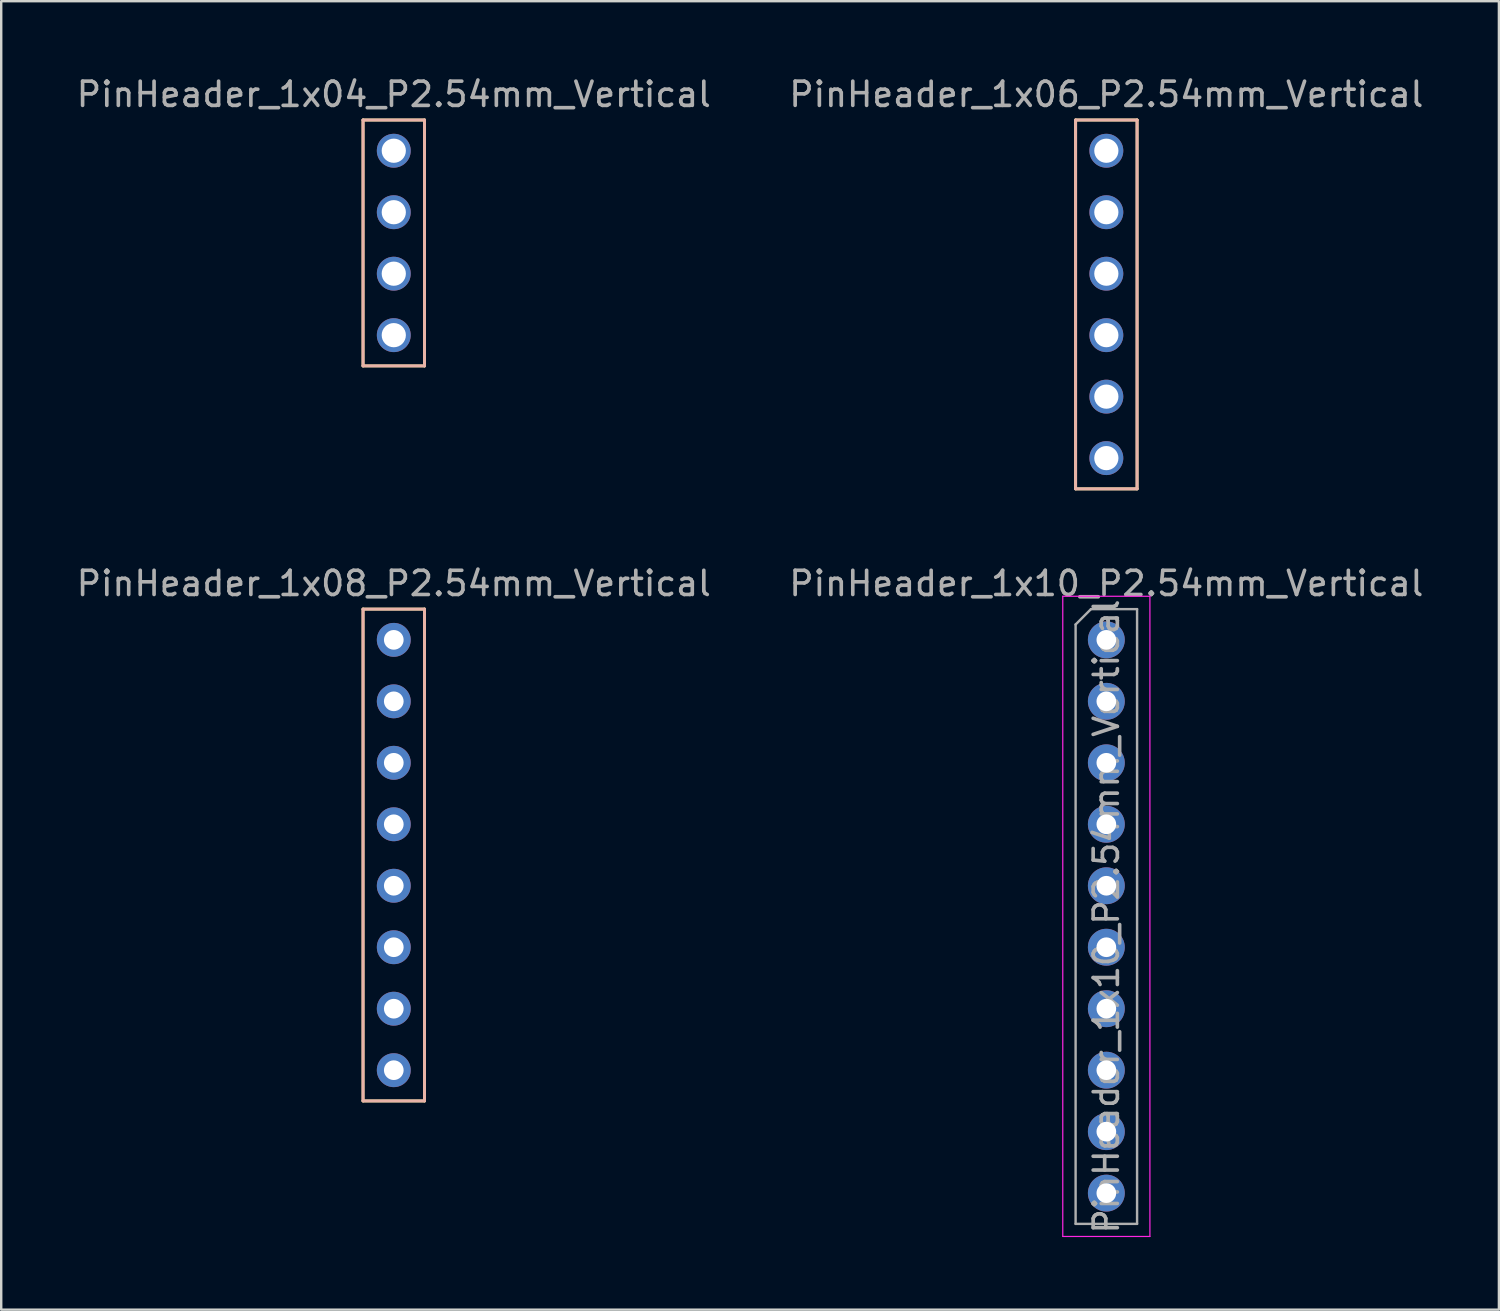
<source format=kicad_pcb>
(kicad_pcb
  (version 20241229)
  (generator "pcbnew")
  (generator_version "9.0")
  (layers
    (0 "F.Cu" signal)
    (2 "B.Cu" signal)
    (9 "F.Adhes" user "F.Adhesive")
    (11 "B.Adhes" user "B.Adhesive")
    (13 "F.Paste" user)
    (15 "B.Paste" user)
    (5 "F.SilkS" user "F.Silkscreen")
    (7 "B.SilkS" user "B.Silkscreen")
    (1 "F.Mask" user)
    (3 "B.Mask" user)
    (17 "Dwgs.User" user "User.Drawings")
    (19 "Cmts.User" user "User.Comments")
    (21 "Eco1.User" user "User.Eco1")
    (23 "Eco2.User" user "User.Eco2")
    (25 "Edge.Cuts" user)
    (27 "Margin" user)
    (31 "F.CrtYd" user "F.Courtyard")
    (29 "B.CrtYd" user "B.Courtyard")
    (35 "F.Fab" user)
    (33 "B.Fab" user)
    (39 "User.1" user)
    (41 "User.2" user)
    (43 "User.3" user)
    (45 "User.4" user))
  (footprint "PinHeader_1x08_P2.54mm_Vertical"
    (layer "F.Cu")
    (at 13.22 23.387)
    (property "Reference" "PinHeader_1x08_P2.54mm_Vertical" (at 0 -2.33 0) (layer "F.Fab") (effects (font (size 1 1) (thickness 0.15))))
    (fp_line (start -1.27 -1.27) (end -1.27 19.05) (stroke (width 0.12) (type solid)) (layer "F.SilkS"))
    (fp_line (start -1.27 19.05) (end 1.27 19.05) (stroke (width 0.12) (type solid)) (layer "F.SilkS"))
    (fp_line (start 1.27 -1.27) (end -1.27 -1.27) (stroke (width 0.12) (type solid)) (layer "F.SilkS"))
    (fp_line (start 1.27 19.05) (end 1.27 -1.27) (stroke (width 0.12) (type solid)) (layer "F.SilkS"))
    (fp_line (start -1.27 -1.27) (end -1.27 19.05) (stroke (width 0.12) (type solid)) (layer "B.SilkS"))
    (fp_line (start -1.27 19.05) (end 1.27 19.05) (stroke (width 0.12) (type solid)) (layer "B.SilkS"))
    (fp_line (start 1.27 -1.27) (end -1.27 -1.27) (stroke (width 0.12) (type solid)) (layer "B.SilkS"))
    (fp_line (start 1.27 19.05) (end 1.27 -1.27) (stroke (width 0.12) (type solid)) (layer "B.SilkS"))
    (pad "1" thru_hole circle (at 0 0) (size 1.4 1.4) (drill 0.813) (layers "*.Cu" "*.Mask"))
    (pad "2" thru_hole oval (at 0 2.54) (size 1.4 1.4) (drill 0.813) (layers "*.Cu" "*.Mask"))
    (pad "3" thru_hole oval (at 0 5.08) (size 1.4 1.4) (drill 0.813) (layers "*.Cu" "*.Mask"))
    (pad "4" thru_hole circle (at 0 7.62) (size 1.4 1.4) (drill 0.813) (layers "*.Cu" "*.Mask"))
    (pad "5" thru_hole oval (at 0 10.16) (size 1.4 1.4) (drill 0.813) (layers "*.Cu" "*.Mask"))
    (pad "6" thru_hole oval (at 0 12.7) (size 1.4 1.4) (drill 0.813) (layers "*.Cu" "*.Mask"))
    (pad "7" thru_hole oval (at 0 15.24) (size 1.4 1.4) (drill 0.813) (layers "*.Cu" "*.Mask"))
    (pad "8" thru_hole oval (at 0 17.78) (size 1.4 1.4) (drill 0.813) (layers "*.Cu" "*.Mask")))
  (footprint "PinHeader_1x06_P2.54mm_Vertical"
    (layer "F.Cu")
    (at 42.661 3.178)
    (property "Reference" "PinHeader_1x06_P2.54mm_Vertical" (at 0 -2.33 0) (layer "F.Fab") (effects (font (size 1 1) (thickness 0.15))))
    (fp_line (start -1.27 -1.27) (end -1.27 13.97) (stroke (width 0.12) (type solid)) (layer "F.SilkS"))
    (fp_line (start -1.27 13.97) (end 1.27 13.97) (stroke (width 0.12) (type solid)) (layer "F.SilkS"))
    (fp_line (start 1.27 -1.27) (end -1.27 -1.27) (stroke (width 0.12) (type solid)) (layer "F.SilkS"))
    (fp_line (start 1.27 13.97) (end 1.27 -1.27) (stroke (width 0.12) (type solid)) (layer "F.SilkS"))
    (fp_line (start -1.27 -1.27) (end -1.27 13.97) (stroke (width 0.12) (type solid)) (layer "B.SilkS"))
    (fp_line (start -1.27 13.97) (end 1.27 13.97) (stroke (width 0.12) (type solid)) (layer "B.SilkS"))
    (fp_line (start 1.27 -1.27) (end -1.27 -1.27) (stroke (width 0.12) (type solid)) (layer "B.SilkS"))
    (fp_line (start 1.27 13.97) (end 1.27 -1.27) (stroke (width 0.12) (type solid)) (layer "B.SilkS"))
    (pad "1" thru_hole circle (at 0 0) (size 1.4 1.4) (drill 1) (layers "*.Cu" "*.Mask"))
    (pad "2" thru_hole oval (at 0 2.54) (size 1.4 1.4) (drill 1) (layers "*.Cu" "*.Mask"))
    (pad "3" thru_hole oval (at 0 5.08) (size 1.4 1.4) (drill 1) (layers "*.Cu" "*.Mask"))
    (pad "4" thru_hole circle (at 0 7.62) (size 1.4 1.4) (drill 1) (layers "*.Cu" "*.Mask"))
    (pad "5" thru_hole oval (at 0 10.16) (size 1.4 1.4) (drill 1) (layers "*.Cu" "*.Mask"))
    (pad "6" thru_hole oval (at 0 12.7) (size 1.4 1.4) (drill 1) (layers "*.Cu" "*.Mask")))
  (footprint "PinHeader_1x10_P2.54mm_Vertical"
    (layer "F.Cu")
    (at 42.661 23.387)
    (property "Reference" "PinHeader_1x10_P2.54mm_Vertical" (at 0 -2.33 0) (layer "F.Fab") (effects (font (size 1 1) (thickness 0.15))))
    (fp_line (start -1.8 -1.8) (end -1.8 24.65) (stroke (width 0.05) (type solid)) (layer "F.CrtYd"))
    (fp_line (start -1.8 24.65) (end 1.8 24.65) (stroke (width 0.05) (type solid)) (layer "F.CrtYd"))
    (fp_line (start 1.8 -1.8) (end -1.8 -1.8) (stroke (width 0.05) (type solid)) (layer "F.CrtYd"))
    (fp_line (start 1.8 24.65) (end 1.8 -1.8) (stroke (width 0.05) (type solid)) (layer "F.CrtYd"))
    (fp_line (start -1.27 -0.635) (end -0.635 -1.27) (stroke (width 0.1) (type solid)) (layer "F.Fab"))
    (fp_line (start -1.27 24.13) (end -1.27 -0.635) (stroke (width 0.1) (type solid)) (layer "F.Fab"))
    (fp_line (start -0.635 -1.27) (end 1.27 -1.27) (stroke (width 0.1) (type solid)) (layer "F.Fab"))
    (fp_line (start 1.27 -1.27) (end 1.27 24.13) (stroke (width 0.1) (type solid)) (layer "F.Fab"))
    (fp_line (start 1.27 24.13) (end -1.27 24.13) (stroke (width 0.1) (type solid)) (layer "F.Fab"))
    (fp_text user "${REFERENCE}" (at 0 11.43 90) (layer "F.Fab") (effects (font (size 1 1) (thickness 0.15))))
    (pad "1" thru_hole circle (at 0 0) (size 1.524 1.524) (drill 0.813) (layers "*.Cu" "*.Mask"))
    (pad "2" thru_hole circle (at 0 2.54) (size 1.524 1.524) (drill 0.813) (layers "*.Cu" "*.Mask"))
    (pad "3" thru_hole circle (at 0 5.08) (size 1.524 1.524) (drill 0.813) (layers "*.Cu" "*.Mask"))
    (pad "4" thru_hole circle (at 0 7.62) (size 1.524 1.524) (drill 0.813) (layers "*.Cu" "*.Mask"))
    (pad "5" thru_hole circle (at 0 10.16) (size 1.524 1.524) (drill 0.813) (layers "*.Cu" "*.Mask"))
    (pad "6" thru_hole circle (at 0 12.7) (size 1.524 1.524) (drill 0.813) (layers "*.Cu" "*.Mask"))
    (pad "7" thru_hole circle (at 0 15.24) (size 1.524 1.524) (drill 0.813) (layers "*.Cu" "*.Mask"))
    (pad "8" thru_hole circle (at 0 17.78) (size 1.524 1.524) (drill 0.813) (layers "*.Cu" "*.Mask"))
    (pad "9" thru_hole circle (at 0 20.32) (size 1.524 1.524) (drill 0.813) (layers "*.Cu" "*.Mask"))
    (pad "10" thru_hole circle (at 0 22.86) (size 1.524 1.524) (drill 0.813) (layers "*.Cu" "*.Mask")))
  (footprint "PinHeader_1x04_P2.54mm_Vertical"
    (layer "F.Cu")
    (at 13.22 3.178)
    (property "Reference" "PinHeader_1x04_P2.54mm_Vertical" (at 0 -2.33 0) (layer "F.Fab") (effects (font (size 1 1) (thickness 0.15))))
    (fp_line (start -1.27 -1.27) (end -1.27 8.89) (stroke (width 0.12) (type solid)) (layer "F.SilkS"))
    (fp_line (start -1.27 8.89) (end 1.27 8.89) (stroke (width 0.12) (type solid)) (layer "F.SilkS"))
    (fp_line (start 1.27 -1.27) (end -1.27 -1.27) (stroke (width 0.12) (type solid)) (layer "F.SilkS"))
    (fp_line (start 1.27 8.89) (end 1.27 -1.27) (stroke (width 0.12) (type solid)) (layer "F.SilkS"))
    (fp_line (start -1.27 -1.27) (end 1.27 -1.27) (stroke (width 0.12) (type solid)) (layer "B.SilkS"))
    (fp_line (start -1.27 8.89) (end -1.27 -1.27) (stroke (width 0.12) (type solid)) (layer "B.SilkS"))
    (fp_line (start 1.27 -1.27) (end 1.27 8.89) (stroke (width 0.12) (type solid)) (layer "B.SilkS"))
    (fp_line (start 1.27 8.89) (end -1.27 8.89) (stroke (width 0.12) (type solid)) (layer "B.SilkS"))
    (pad "1" thru_hole circle (at 0 0) (size 1.4 1.4) (drill 1) (layers "*.Cu" "*.Mask"))
    (pad "2" thru_hole oval (at 0 2.54) (size 1.4 1.4) (drill 1) (layers "*.Cu" "*.Mask"))
    (pad "3" thru_hole oval (at 0 5.08) (size 1.4 1.4) (drill 1) (layers "*.Cu" "*.Mask"))
    (pad "4" thru_hole circle (at 0 7.62) (size 1.4 1.4) (drill 1) (layers "*.Cu" "*.Mask")))
  (gr_rect
    (start -3 -3)
    (end 58.881 51.062)
    (stroke (width 0.1) (type default))
    (fill no)
    (layer "Edge.Cuts")))
</source>
